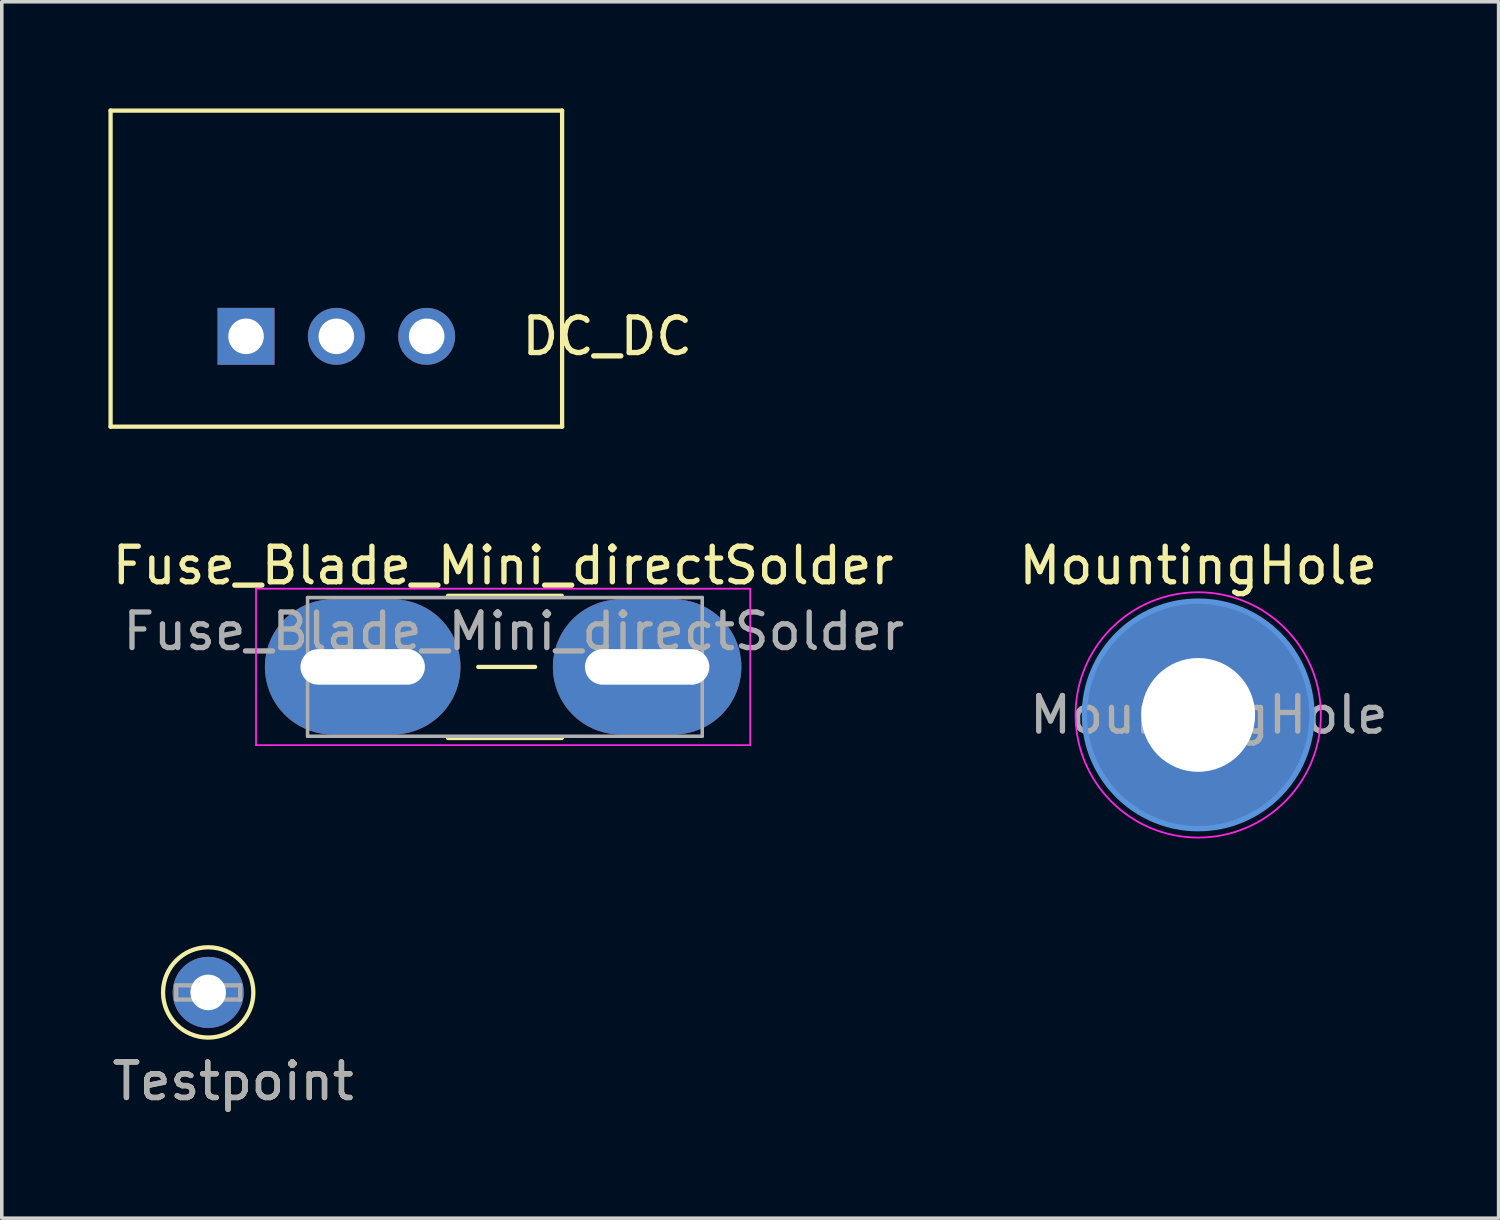
<source format=kicad_pcb>
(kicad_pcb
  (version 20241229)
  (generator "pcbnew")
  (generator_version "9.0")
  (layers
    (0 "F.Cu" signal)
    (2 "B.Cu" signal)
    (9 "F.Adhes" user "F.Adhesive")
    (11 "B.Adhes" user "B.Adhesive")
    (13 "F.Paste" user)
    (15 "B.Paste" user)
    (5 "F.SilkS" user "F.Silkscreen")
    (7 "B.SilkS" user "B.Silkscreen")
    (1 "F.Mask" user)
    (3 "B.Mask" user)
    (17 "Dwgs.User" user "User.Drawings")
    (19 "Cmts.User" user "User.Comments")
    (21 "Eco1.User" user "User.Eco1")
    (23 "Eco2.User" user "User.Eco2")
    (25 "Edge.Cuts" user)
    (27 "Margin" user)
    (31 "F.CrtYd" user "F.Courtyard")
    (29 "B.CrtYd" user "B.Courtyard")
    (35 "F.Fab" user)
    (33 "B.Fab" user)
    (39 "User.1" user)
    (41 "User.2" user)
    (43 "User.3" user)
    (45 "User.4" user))
  (footprint "Testpoint"
    (layer "F.Cu")
    (at 2.806 24.863)
    (property "Reference" "Testpoint" (at 0.7 2.5 0) (layer "F.SilkS") (effects (font (size 1 1) (thickness 0.15))))
    (attr through_hole)
    (fp_circle (center 0 0) (end 1.27 0) (stroke (width 0.12) (type solid)) (fill no) (layer "F.SilkS"))
    (fp_line (start -0.9 -0.2) (end 0.9 -0.2) (stroke (width 0.12) (type solid)) (layer "F.Fab"))
    (fp_line (start -0.9 0.2) (end -0.9 -0.2) (stroke (width 0.12) (type solid)) (layer "F.Fab"))
    (fp_line (start 0.9 -0.2) (end 0.9 0.2) (stroke (width 0.12) (type solid)) (layer "F.Fab"))
    (fp_line (start 0.9 0.2) (end -0.9 0.2) (stroke (width 0.12) (type solid)) (layer "F.Fab"))
    (fp_text user "${REFERENCE}" (at 0.7 2.5 0) (layer "F.Fab") (effects (font (size 1 1) (thickness 0.15))))
    (pad "1" thru_hole circle (at 0 0) (size 2 2) (drill 1) (layers "*.Cu" "*.Mask")))
  (footprint "MountingHole"
    (layer "F.Cu")
    (at 30.651 17.058)
    (property "Reference" "MountingHole" (at 0 -4.2 0) (layer "F.SilkS") (effects (font (size 1 1) (thickness 0.15))))
    (attr exclude_from_pos_files exclude_from_bom)
    (fp_circle (center 0 0) (end 3.2 0) (stroke (width 0.15) (type solid)) (fill no) (layer "Cmts.User"))
    (fp_circle (center 0 0) (end 3.45 0) (stroke (width 0.05) (type solid)) (fill no) (layer "F.CrtYd"))
    (fp_text user "${REFERENCE}" (at 0.3 0 0) (layer "F.Fab") (effects (font (size 1 1) (thickness 0.15))))
    (pad "1" thru_hole circle (at 0 0) (size 6.4 6.4) (drill 3.2) (layers "*.Cu" "*.Mask")))
  (footprint "DC_DC"
    (layer "F.Cu")
    (at 3.87 6.41)
    (property "Reference" "DC_DC" (at 10.16 0 0) (layer "F.SilkS") (effects (font (size 1 1) (thickness 0.15))))
    (attr through_hole)
    (fp_line (start -3.81 -6.35) (end -3.81 2.54) (stroke (width 0.12) (type solid)) (layer "F.SilkS"))
    (fp_line (start -3.81 2.54) (end 8.89 2.54) (stroke (width 0.12) (type solid)) (layer "F.SilkS"))
    (fp_line (start 8.89 -6.35) (end -3.81 -6.35) (stroke (width 0.12) (type solid)) (layer "F.SilkS"))
    (fp_line (start 8.89 2.54) (end 8.89 -6.35) (stroke (width 0.12) (type solid)) (layer "F.SilkS"))
    (pad "1" thru_hole rect (at 0 0) (size 1.6 1.6) (drill 1) (layers "*.Cu" "*.Mask"))
    (pad "2" thru_hole oval (at 2.54 0) (size 1.6 1.6) (drill 1) (layers "*.Cu" "*.Mask"))
    (pad "3" thru_hole oval (at 5.08 0) (size 1.6 1.6) (drill 1) (layers "*.Cu" "*.Mask")))
  (footprint "Fuse_Blade_Mini_directSolder"
    (layer "F.Cu")
    (at 7.151 15.708)
    (property "Reference" "Fuse_Blade_Mini_directSolder" (at 3.95 -2.85 180) (layer "F.SilkS") (effects (font (size 1 1) (thickness 0.15))))
    (attr through_hole)
    (fp_line (start 2.4 -2) (end 5.6 -2) (stroke (width 0.12) (type solid)) (layer "F.SilkS"))
    (fp_line (start 3.25 0) (end 4.85 0) (stroke (width 0.12) (type solid)) (layer "F.SilkS"))
    (fp_line (start 5.6 2) (end 2.4 2) (stroke (width 0.12) (type solid)) (layer "F.SilkS"))
    (fp_line (start -3 -2.2) (end -3 2.2) (stroke (width 0.05) (type solid)) (layer "F.CrtYd"))
    (fp_line (start -3 -2.2) (end 10.9 -2.2) (stroke (width 0.05) (type solid)) (layer "F.CrtYd"))
    (fp_line (start 10.9 2.2) (end -3 2.2) (stroke (width 0.05) (type solid)) (layer "F.CrtYd"))
    (fp_line (start 10.9 2.2) (end 10.9 -2.2) (stroke (width 0.05) (type solid)) (layer "F.CrtYd"))
    (fp_line (start -1.55 -1.95) (end 9.55 -1.95) (stroke (width 0.1) (type solid)) (layer "F.Fab"))
    (fp_line (start -1.55 1.95) (end -1.55 -1.95) (stroke (width 0.1) (type solid)) (layer "F.Fab"))
    (fp_line (start 9.55 -1.95) (end 9.55 1.95) (stroke (width 0.1) (type solid)) (layer "F.Fab"))
    (fp_line (start 9.55 1.95) (end -1.55 1.95) (stroke (width 0.1) (type solid)) (layer "F.Fab"))
    (fp_text user "${REFERENCE}" (at 4.25 -1 180) (layer "F.Fab") (effects (font (size 1 1) (thickness 0.15))))
    (pad "1" thru_hole oval (at 0 0) (size 5.5 3.8) (drill oval 3.5 1) (layers "*.Cu" "*.Mask"))
    (pad "2" thru_hole oval (at 8 0) (size 5.3 3.8) (drill oval 3.5 1) (layers "*.Cu" "*.Mask")))
  (gr_rect
    (start -3 -3)
    (end 39.1 31.212)
    (stroke (width 0.1) (type default))
    (fill no)
    (layer "Edge.Cuts")))
</source>
